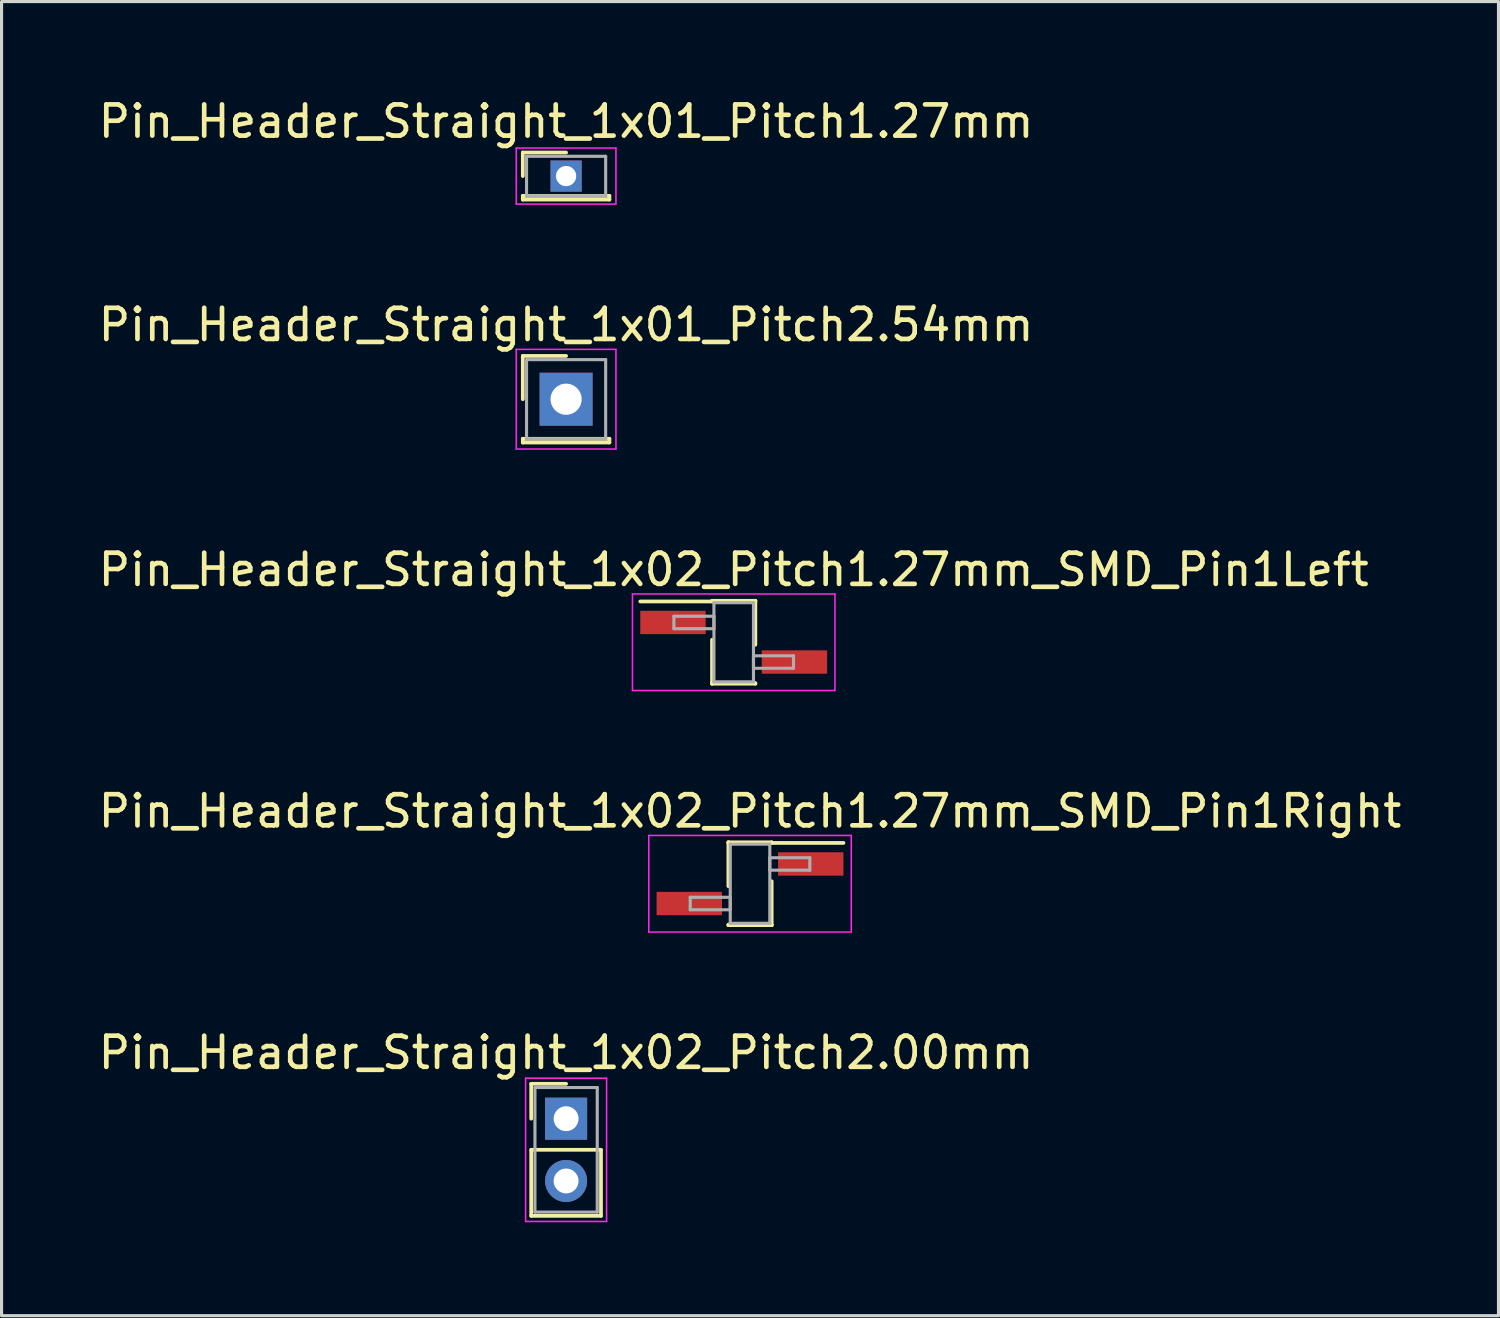
<source format=kicad_pcb>
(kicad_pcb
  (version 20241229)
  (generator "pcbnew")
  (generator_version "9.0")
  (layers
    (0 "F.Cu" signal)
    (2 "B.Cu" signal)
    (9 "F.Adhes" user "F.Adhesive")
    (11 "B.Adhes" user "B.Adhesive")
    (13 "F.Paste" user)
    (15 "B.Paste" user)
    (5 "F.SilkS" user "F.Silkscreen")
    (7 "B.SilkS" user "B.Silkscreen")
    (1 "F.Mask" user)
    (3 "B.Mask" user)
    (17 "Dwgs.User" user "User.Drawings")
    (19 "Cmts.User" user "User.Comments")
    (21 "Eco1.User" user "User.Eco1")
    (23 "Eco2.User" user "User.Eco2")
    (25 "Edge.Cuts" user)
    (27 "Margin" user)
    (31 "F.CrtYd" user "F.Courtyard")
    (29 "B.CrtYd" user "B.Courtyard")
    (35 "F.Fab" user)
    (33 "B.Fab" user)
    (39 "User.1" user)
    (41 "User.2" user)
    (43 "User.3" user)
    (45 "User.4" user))
  (footprint "Pin_Header_Straight_1x02_Pitch2.00mm"
    (layer "F.Cu")
    (at 15.125 32.866)
    (property "Reference" "Pin_Header_Straight_1x02_Pitch2.00mm" (at 0 -2.12 0) (layer "F.SilkS") (effects (font (size 1 1) (thickness 0.15))))
    (attr through_hole)
    (fp_line (start -1.12 -1.12) (end 0 -1.12) (stroke (width 0.12) (type solid)) (layer "F.SilkS"))
    (fp_line (start -1.12 0) (end -1.12 -1.12) (stroke (width 0.12) (type solid)) (layer "F.SilkS"))
    (fp_line (start -1.12 1) (end -1.12 3.12) (stroke (width 0.12) (type solid)) (layer "F.SilkS"))
    (fp_line (start -1.12 3.12) (end 1.12 3.12) (stroke (width 0.12) (type solid)) (layer "F.SilkS"))
    (fp_line (start 1.12 1) (end -1.12 1) (stroke (width 0.12) (type solid)) (layer "F.SilkS"))
    (fp_line (start 1.12 3.12) (end 1.12 1) (stroke (width 0.12) (type solid)) (layer "F.SilkS"))
    (fp_line (start -1.3 -1.3) (end -1.3 3.3) (stroke (width 0.05) (type solid)) (layer "F.CrtYd"))
    (fp_line (start -1.3 3.3) (end 1.3 3.3) (stroke (width 0.05) (type solid)) (layer "F.CrtYd"))
    (fp_line (start 1.3 -1.3) (end -1.3 -1.3) (stroke (width 0.05) (type solid)) (layer "F.CrtYd"))
    (fp_line (start 1.3 3.3) (end 1.3 -1.3) (stroke (width 0.05) (type solid)) (layer "F.CrtYd"))
    (fp_line (start -1 -1) (end -1 3) (stroke (width 0.1) (type solid)) (layer "F.Fab"))
    (fp_line (start -1 3) (end 1 3) (stroke (width 0.1) (type solid)) (layer "F.Fab"))
    (fp_line (start 1 -1) (end -1 -1) (stroke (width 0.1) (type solid)) (layer "F.Fab"))
    (fp_line (start 1 3) (end 1 -1) (stroke (width 0.1) (type solid)) (layer "F.Fab"))
    (pad "1" thru_hole rect (at 0 0) (size 1.35 1.35) (drill 0.8) (layers "*.Cu" "*.Mask"))
    (pad "2" thru_hole oval (at 0 2) (size 1.35 1.35) (drill 0.8) (layers "*.Cu" "*.Mask")))
  (footprint "Pin_Header_Straight_1x01_Pitch2.54mm"
    (layer "F.Cu")
    (at 15.125 9.767)
    (property "Reference" "Pin_Header_Straight_1x01_Pitch2.54mm" (at 0 -2.39 0) (layer "F.SilkS") (effects (font (size 1 1) (thickness 0.15))))
    (attr through_hole)
    (fp_line (start -1.39 -1.39) (end 0 -1.39) (stroke (width 0.12) (type solid)) (layer "F.SilkS"))
    (fp_line (start -1.39 0) (end -1.39 -1.39) (stroke (width 0.12) (type solid)) (layer "F.SilkS"))
    (fp_line (start -1.39 1.27) (end -1.39 1.39) (stroke (width 0.12) (type solid)) (layer "F.SilkS"))
    (fp_line (start -1.39 1.39) (end 1.39 1.39) (stroke (width 0.12) (type solid)) (layer "F.SilkS"))
    (fp_line (start 1.39 1.27) (end -1.39 1.27) (stroke (width 0.12) (type solid)) (layer "F.SilkS"))
    (fp_line (start 1.39 1.39) (end 1.39 1.27) (stroke (width 0.12) (type solid)) (layer "F.SilkS"))
    (fp_line (start -1.6 -1.6) (end -1.6 1.6) (stroke (width 0.05) (type solid)) (layer "F.CrtYd"))
    (fp_line (start -1.6 1.6) (end 1.6 1.6) (stroke (width 0.05) (type solid)) (layer "F.CrtYd"))
    (fp_line (start 1.6 -1.6) (end -1.6 -1.6) (stroke (width 0.05) (type solid)) (layer "F.CrtYd"))
    (fp_line (start 1.6 1.6) (end 1.6 -1.6) (stroke (width 0.05) (type solid)) (layer "F.CrtYd"))
    (fp_line (start -1.27 -1.27) (end -1.27 1.27) (stroke (width 0.1) (type solid)) (layer "F.Fab"))
    (fp_line (start -1.27 1.27) (end 1.27 1.27) (stroke (width 0.1) (type solid)) (layer "F.Fab"))
    (fp_line (start 1.27 -1.27) (end -1.27 -1.27) (stroke (width 0.1) (type solid)) (layer "F.Fab"))
    (fp_line (start 1.27 1.27) (end 1.27 -1.27) (stroke (width 0.1) (type solid)) (layer "F.Fab"))
    (pad "1" thru_hole rect (at 0 0) (size 1.7 1.7) (drill 1) (layers "*.Cu" "*.Mask")))
  (footprint "Pin_Header_Straight_1x01_Pitch1.27mm"
    (layer "F.Cu")
    (at 15.125 2.603)
    (property "Reference" "Pin_Header_Straight_1x01_Pitch1.27mm" (at 0 -1.755 0) (layer "F.SilkS") (effects (font (size 1 1) (thickness 0.15))))
    (attr through_hole)
    (fp_line (start -1.39 -0.755) (end 0 -0.755) (stroke (width 0.12) (type solid)) (layer "F.SilkS"))
    (fp_line (start -1.39 0) (end -1.39 -0.755) (stroke (width 0.12) (type solid)) (layer "F.SilkS"))
    (fp_line (start -1.39 0.635) (end -1.39 0.755) (stroke (width 0.12) (type solid)) (layer "F.SilkS"))
    (fp_line (start -1.39 0.755) (end 1.39 0.755) (stroke (width 0.12) (type solid)) (layer "F.SilkS"))
    (fp_line (start 1.39 0.635) (end -1.39 0.635) (stroke (width 0.12) (type solid)) (layer "F.SilkS"))
    (fp_line (start 1.39 0.755) (end 1.39 0.635) (stroke (width 0.12) (type solid)) (layer "F.SilkS"))
    (fp_line (start -1.6 -0.9) (end -1.6 0.9) (stroke (width 0.05) (type solid)) (layer "F.CrtYd"))
    (fp_line (start -1.6 0.9) (end 1.6 0.9) (stroke (width 0.05) (type solid)) (layer "F.CrtYd"))
    (fp_line (start 1.6 -0.9) (end -1.6 -0.9) (stroke (width 0.05) (type solid)) (layer "F.CrtYd"))
    (fp_line (start 1.6 0.9) (end 1.6 -0.9) (stroke (width 0.05) (type solid)) (layer "F.CrtYd"))
    (fp_line (start -1.27 -0.635) (end -1.27 0.635) (stroke (width 0.1) (type solid)) (layer "F.Fab"))
    (fp_line (start -1.27 0.635) (end 1.27 0.635) (stroke (width 0.1) (type solid)) (layer "F.Fab"))
    (fp_line (start 1.27 -0.635) (end -1.27 -0.635) (stroke (width 0.1) (type solid)) (layer "F.Fab"))
    (fp_line (start 1.27 0.635) (end 1.27 -0.635) (stroke (width 0.1) (type solid)) (layer "F.Fab"))
    (pad "1" thru_hole rect (at 0 0) (size 1 1) (drill 0.65) (layers "*.Cu" "*.Mask")))
  (footprint "Pin_Header_Straight_1x02_Pitch1.27mm_SMD_Pin1Left"
    (layer "F.Cu")
    (at 20.506 17.57)
    (property "Reference" "Pin_Header_Straight_1x02_Pitch1.27mm_SMD_Pin1Left" (at 0 -2.33 0) (layer "F.SilkS") (effects (font (size 1 1) (thickness 0.15))))
    (attr smd)
    (fp_line (start -0.695 -1.33) (end 0.695 -1.33) (stroke (width 0.12) (type solid)) (layer "F.SilkS"))
    (fp_line (start -0.695 -1.31) (end -3 -1.31) (stroke (width 0.12) (type solid)) (layer "F.SilkS"))
    (fp_line (start -0.695 -1.31) (end -0.695 -1.33) (stroke (width 0.12) (type solid)) (layer "F.SilkS"))
    (fp_line (start -0.695 -0.08) (end -0.695 1.33) (stroke (width 0.12) (type solid)) (layer "F.SilkS"))
    (fp_line (start -0.695 1.31) (end -0.695 1.33) (stroke (width 0.12) (type solid)) (layer "F.SilkS"))
    (fp_line (start -0.695 1.33) (end 0.695 1.33) (stroke (width 0.12) (type solid)) (layer "F.SilkS"))
    (fp_line (start 0.695 -1.33) (end 0.695 -1.31) (stroke (width 0.12) (type solid)) (layer "F.SilkS"))
    (fp_line (start 0.695 -1.33) (end 0.695 0.08) (stroke (width 0.12) (type solid)) (layer "F.SilkS"))
    (fp_line (start 0.695 1.33) (end 0.695 1.31) (stroke (width 0.12) (type solid)) (layer "F.SilkS"))
    (fp_line (start -3.25 -1.55) (end -3.25 1.55) (stroke (width 0.05) (type solid)) (layer "F.CrtYd"))
    (fp_line (start -3.25 1.55) (end 3.25 1.55) (stroke (width 0.05) (type solid)) (layer "F.CrtYd"))
    (fp_line (start 3.25 -1.55) (end -3.25 -1.55) (stroke (width 0.05) (type solid)) (layer "F.CrtYd"))
    (fp_line (start 3.25 1.55) (end 3.25 -1.55) (stroke (width 0.05) (type solid)) (layer "F.CrtYd"))
    (fp_line (start -1.92 -0.835) (end -0.635 -0.835) (stroke (width 0.1) (type solid)) (layer "F.Fab"))
    (fp_line (start -1.92 -0.435) (end -1.92 -0.835) (stroke (width 0.1) (type solid)) (layer "F.Fab"))
    (fp_line (start -0.635 -1.27) (end -0.635 1.27) (stroke (width 0.1) (type solid)) (layer "F.Fab"))
    (fp_line (start -0.635 -0.835) (end -0.635 -0.435) (stroke (width 0.1) (type solid)) (layer "F.Fab"))
    (fp_line (start -0.635 -0.435) (end -1.92 -0.435) (stroke (width 0.1) (type solid)) (layer "F.Fab"))
    (fp_line (start -0.635 1.27) (end 0.635 1.27) (stroke (width 0.1) (type solid)) (layer "F.Fab"))
    (fp_line (start 0.635 -1.27) (end -0.635 -1.27) (stroke (width 0.1) (type solid)) (layer "F.Fab"))
    (fp_line (start 0.635 0.435) (end 0.635 0.835) (stroke (width 0.1) (type solid)) (layer "F.Fab"))
    (fp_line (start 0.635 0.835) (end 1.92 0.835) (stroke (width 0.1) (type solid)) (layer "F.Fab"))
    (fp_line (start 0.635 1.27) (end 0.635 -1.27) (stroke (width 0.1) (type solid)) (layer "F.Fab"))
    (fp_line (start 1.92 0.435) (end 0.635 0.435) (stroke (width 0.1) (type solid)) (layer "F.Fab"))
    (fp_line (start 1.92 0.835) (end 1.92 0.435) (stroke (width 0.1) (type solid)) (layer "F.Fab"))
    (pad "1" smd rect (at -1.95 -0.635) (size 2.1 0.75) (layers "F.Cu" "F.Mask"))
    (pad "2" smd rect (at 1.95 0.635) (size 2.1 0.75) (layers "F.Cu" "F.Mask")))
  (footprint "Pin_Header_Straight_1x02_Pitch1.27mm_SMD_Pin1Right"
    (layer "F.Cu")
    (at 21.03 25.323)
    (property "Reference" "Pin_Header_Straight_1x02_Pitch1.27mm_SMD_Pin1Right" (at 0 -2.33 0) (layer "F.SilkS") (effects (font (size 1 1) (thickness 0.15))))
    (attr smd)
    (fp_line (start -0.695 -1.33) (end -0.695 0.08) (stroke (width 0.12) (type solid)) (layer "F.SilkS"))
    (fp_line (start -0.695 -1.33) (end 0.695 -1.33) (stroke (width 0.12) (type solid)) (layer "F.SilkS"))
    (fp_line (start -0.695 -1.31) (end -0.695 -1.33) (stroke (width 0.12) (type solid)) (layer "F.SilkS"))
    (fp_line (start -0.695 1.31) (end -0.695 1.33) (stroke (width 0.12) (type solid)) (layer "F.SilkS"))
    (fp_line (start -0.695 1.33) (end 0.695 1.33) (stroke (width 0.12) (type solid)) (layer "F.SilkS"))
    (fp_line (start 0.695 -1.33) (end 0.695 -1.31) (stroke (width 0.12) (type solid)) (layer "F.SilkS"))
    (fp_line (start 0.695 -1.31) (end 3 -1.31) (stroke (width 0.12) (type solid)) (layer "F.SilkS"))
    (fp_line (start 0.695 -0.08) (end 0.695 1.33) (stroke (width 0.12) (type solid)) (layer "F.SilkS"))
    (fp_line (start 0.695 1.33) (end 0.695 1.31) (stroke (width 0.12) (type solid)) (layer "F.SilkS"))
    (fp_line (start -3.25 -1.55) (end -3.25 1.55) (stroke (width 0.05) (type solid)) (layer "F.CrtYd"))
    (fp_line (start -3.25 1.55) (end 3.25 1.55) (stroke (width 0.05) (type solid)) (layer "F.CrtYd"))
    (fp_line (start 3.25 -1.55) (end -3.25 -1.55) (stroke (width 0.05) (type solid)) (layer "F.CrtYd"))
    (fp_line (start 3.25 1.55) (end 3.25 -1.55) (stroke (width 0.05) (type solid)) (layer "F.CrtYd"))
    (fp_line (start -1.92 0.435) (end -0.635 0.435) (stroke (width 0.1) (type solid)) (layer "F.Fab"))
    (fp_line (start -1.92 0.835) (end -1.92 0.435) (stroke (width 0.1) (type solid)) (layer "F.Fab"))
    (fp_line (start -0.635 -1.27) (end -0.635 1.27) (stroke (width 0.1) (type solid)) (layer "F.Fab"))
    (fp_line (start -0.635 0.435) (end -0.635 0.835) (stroke (width 0.1) (type solid)) (layer "F.Fab"))
    (fp_line (start -0.635 0.835) (end -1.92 0.835) (stroke (width 0.1) (type solid)) (layer "F.Fab"))
    (fp_line (start -0.635 1.27) (end 0.635 1.27) (stroke (width 0.1) (type solid)) (layer "F.Fab"))
    (fp_line (start 0.635 -1.27) (end -0.635 -1.27) (stroke (width 0.1) (type solid)) (layer "F.Fab"))
    (fp_line (start 0.635 -0.835) (end 0.635 -0.435) (stroke (width 0.1) (type solid)) (layer "F.Fab"))
    (fp_line (start 0.635 -0.435) (end 1.92 -0.435) (stroke (width 0.1) (type solid)) (layer "F.Fab"))
    (fp_line (start 0.635 1.27) (end 0.635 -1.27) (stroke (width 0.1) (type solid)) (layer "F.Fab"))
    (fp_line (start 1.92 -0.835) (end 0.635 -0.835) (stroke (width 0.1) (type solid)) (layer "F.Fab"))
    (fp_line (start 1.92 -0.435) (end 1.92 -0.835) (stroke (width 0.1) (type solid)) (layer "F.Fab"))
    (pad "1" smd rect (at 1.95 -0.635) (size 2.1 0.75) (layers "F.Cu" "F.Mask"))
    (pad "2" smd rect (at -1.95 0.635) (size 2.1 0.75) (layers "F.Cu" "F.Mask")))
  (gr_rect
    (start -3 -3)
    (end 45.06 39.191)
    (stroke (width 0.1) (type default))
    (fill no)
    (layer "Edge.Cuts")))
</source>
